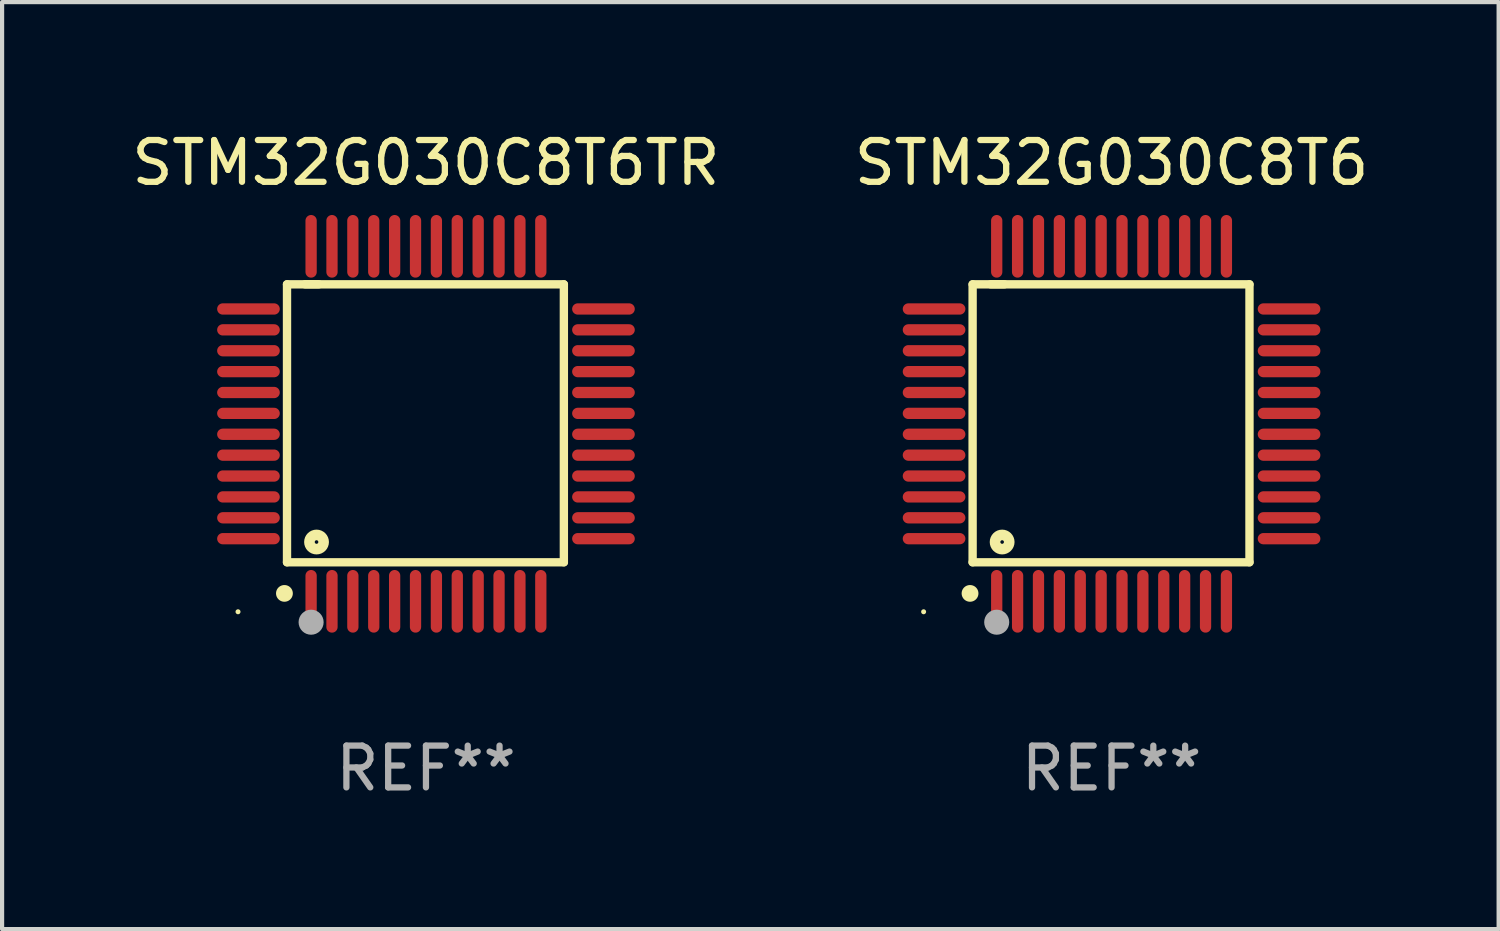
<source format=kicad_pcb>
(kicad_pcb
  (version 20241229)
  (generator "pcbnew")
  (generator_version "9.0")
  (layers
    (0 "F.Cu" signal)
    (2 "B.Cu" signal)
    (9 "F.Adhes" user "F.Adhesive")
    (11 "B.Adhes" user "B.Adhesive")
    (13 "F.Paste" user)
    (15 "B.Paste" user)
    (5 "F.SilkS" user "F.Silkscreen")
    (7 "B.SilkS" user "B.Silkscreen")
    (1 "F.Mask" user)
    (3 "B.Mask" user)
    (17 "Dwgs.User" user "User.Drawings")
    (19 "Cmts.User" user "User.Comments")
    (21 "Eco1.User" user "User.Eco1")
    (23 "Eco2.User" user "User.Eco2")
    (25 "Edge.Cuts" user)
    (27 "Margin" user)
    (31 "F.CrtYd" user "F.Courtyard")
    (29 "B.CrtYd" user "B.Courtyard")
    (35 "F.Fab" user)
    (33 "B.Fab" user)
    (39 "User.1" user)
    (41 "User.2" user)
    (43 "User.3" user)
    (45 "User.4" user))
  (footprint "STM32G030C8T6TR"
    (layer "F.Cu")
    (at 7.149 7.098)
    (property "Reference" "STM32G030C8T6TR" (at 0 -6.25 0) (layer "F.SilkS") (effects (font (size 1 1) (thickness 0.15))))
    (attr through_hole)
    (fp_line (start -3.327 -3.34) (end -2.565 -3.34) (stroke (width 0.2) (type solid)) (layer "F.SilkS"))
    (fp_line (start -3.327 3.315) (end -3.327 -3.34) (stroke (width 0.2) (type solid)) (layer "F.SilkS"))
    (fp_line (start -2.896 -3.34) (end 3.302 -3.34) (stroke (width 0.2) (type solid)) (layer "F.SilkS"))
    (fp_line (start 3.302 -3.34) (end 3.302 3.315) (stroke (width 0.2) (type solid)) (layer "F.SilkS"))
    (fp_line (start 3.302 3.315) (end -3.327 3.315) (stroke (width 0.2) (type solid)) (layer "F.SilkS"))
    (fp_arc (start -3.389992 4.059995) (mid -3.388722 4.059991) (end -3.387452 4.059995) (stroke (width 0.4) (type solid)) (layer "F.SilkS"))
    (fp_circle (center -4.5 4.5) (end -4.47 4.5) (stroke (width 0.06) (type solid)) (fill no) (layer "F.SilkS"))
    (fp_circle (center -2.62 2.83) (end -2.45 2.83) (stroke (width 0.254) (type solid)) (fill no) (layer "F.SilkS"))
    (fp_circle (center -2.75 4.75) (end -2.6 4.75) (stroke (width 0.3) (type solid)) (fill no) (layer "F.Fab"))
    (fp_text user "REF**" (at 0 8.25 0) (layer "F.Fab") (effects (font (size 1 1) (thickness 0.15))))
    (pad "1" smd oval (at -2.75 4.25) (size 0.27 1.5) (layers "F.Cu" "F.Mask" "F.Paste"))
    (pad "2" smd oval (at -2.25 4.25) (size 0.27 1.5) (layers "F.Cu" "F.Mask" "F.Paste"))
    (pad "3" smd oval (at -1.75 4.25) (size 0.27 1.5) (layers "F.Cu" "F.Mask" "F.Paste"))
    (pad "4" smd oval (at -1.25 4.25) (size 0.27 1.5) (layers "F.Cu" "F.Mask" "F.Paste"))
    (pad "5" smd oval (at -0.75 4.25) (size 0.27 1.5) (layers "F.Cu" "F.Mask" "F.Paste"))
    (pad "6" smd oval (at -0.25 4.25) (size 0.27 1.5) (layers "F.Cu" "F.Mask" "F.Paste"))
    (pad "7" smd oval (at 0.25 4.25) (size 0.27 1.5) (layers "F.Cu" "F.Mask" "F.Paste"))
    (pad "8" smd oval (at 0.75 4.25) (size 0.27 1.5) (layers "F.Cu" "F.Mask" "F.Paste"))
    (pad "9" smd oval (at 1.25 4.25) (size 0.27 1.5) (layers "F.Cu" "F.Mask" "F.Paste"))
    (pad "10" smd oval (at 1.75 4.25) (size 0.27 1.5) (layers "F.Cu" "F.Mask" "F.Paste"))
    (pad "11" smd oval (at 2.25 4.25) (size 0.27 1.5) (layers "F.Cu" "F.Mask" "F.Paste"))
    (pad "12" smd oval (at 2.75 4.25) (size 0.27 1.5) (layers "F.Cu" "F.Mask" "F.Paste"))
    (pad "13" smd oval (at 4.25 2.75) (size 1.5 0.27) (layers "F.Cu" "F.Mask" "F.Paste"))
    (pad "14" smd oval (at 4.25 2.25) (size 1.5 0.27) (layers "F.Cu" "F.Mask" "F.Paste"))
    (pad "15" smd oval (at 4.25 1.75) (size 1.5 0.27) (layers "F.Cu" "F.Mask" "F.Paste"))
    (pad "16" smd oval (at 4.25 1.25) (size 1.5 0.27) (layers "F.Cu" "F.Mask" "F.Paste"))
    (pad "17" smd oval (at 4.25 0.75) (size 1.5 0.27) (layers "F.Cu" "F.Mask" "F.Paste"))
    (pad "18" smd oval (at 4.25 0.25) (size 1.5 0.27) (layers "F.Cu" "F.Mask" "F.Paste"))
    (pad "19" smd oval (at 4.25 -0.25) (size 1.5 0.27) (layers "F.Cu" "F.Mask" "F.Paste"))
    (pad "20" smd oval (at 4.25 -0.75) (size 1.5 0.27) (layers "F.Cu" "F.Mask" "F.Paste"))
    (pad "21" smd oval (at 4.25 -1.25) (size 1.5 0.27) (layers "F.Cu" "F.Mask" "F.Paste"))
    (pad "22" smd oval (at 4.25 -1.75) (size 1.5 0.27) (layers "F.Cu" "F.Mask" "F.Paste"))
    (pad "23" smd oval (at 4.25 -2.25) (size 1.5 0.27) (layers "F.Cu" "F.Mask" "F.Paste"))
    (pad "24" smd oval (at 4.25 -2.75) (size 1.5 0.27) (layers "F.Cu" "F.Mask" "F.Paste"))
    (pad "25" smd oval (at 2.75 -4.25) (size 0.27 1.5) (layers "F.Cu" "F.Mask" "F.Paste"))
    (pad "26" smd oval (at 2.25 -4.25) (size 0.27 1.5) (layers "F.Cu" "F.Mask" "F.Paste"))
    (pad "27" smd oval (at 1.75 -4.25) (size 0.27 1.5) (layers "F.Cu" "F.Mask" "F.Paste"))
    (pad "28" smd oval (at 1.25 -4.25) (size 0.27 1.5) (layers "F.Cu" "F.Mask" "F.Paste"))
    (pad "29" smd oval (at 0.75 -4.25) (size 0.27 1.5) (layers "F.Cu" "F.Mask" "F.Paste"))
    (pad "30" smd oval (at 0.25 -4.25) (size 0.27 1.5) (layers "F.Cu" "F.Mask" "F.Paste"))
    (pad "31" smd oval (at -0.25 -4.25) (size 0.27 1.5) (layers "F.Cu" "F.Mask" "F.Paste"))
    (pad "32" smd oval (at -0.75 -4.25) (size 0.27 1.5) (layers "F.Cu" "F.Mask" "F.Paste"))
    (pad "33" smd oval (at -1.25 -4.25) (size 0.27 1.5) (layers "F.Cu" "F.Mask" "F.Paste"))
    (pad "34" smd oval (at -1.75 -4.25) (size 0.27 1.5) (layers "F.Cu" "F.Mask" "F.Paste"))
    (pad "35" smd oval (at -2.25 -4.25) (size 0.27 1.5) (layers "F.Cu" "F.Mask" "F.Paste"))
    (pad "36" smd oval (at -2.75 -4.25) (size 0.27 1.5) (layers "F.Cu" "F.Mask" "F.Paste"))
    (pad "37" smd oval (at -4.25 -2.75) (size 1.5 0.27) (layers "F.Cu" "F.Mask" "F.Paste"))
    (pad "38" smd oval (at -4.25 -2.25) (size 1.5 0.27) (layers "F.Cu" "F.Mask" "F.Paste"))
    (pad "39" smd oval (at -4.25 -1.75) (size 1.5 0.27) (layers "F.Cu" "F.Mask" "F.Paste"))
    (pad "40" smd oval (at -4.25 -1.25) (size 1.5 0.27) (layers "F.Cu" "F.Mask" "F.Paste"))
    (pad "41" smd oval (at -4.25 -0.75) (size 1.5 0.27) (layers "F.Cu" "F.Mask" "F.Paste"))
    (pad "42" smd oval (at -4.25 -0.25) (size 1.5 0.27) (layers "F.Cu" "F.Mask" "F.Paste"))
    (pad "43" smd oval (at -4.25 0.25) (size 1.5 0.27) (layers "F.Cu" "F.Mask" "F.Paste"))
    (pad "44" smd oval (at -4.25 0.75) (size 1.5 0.27) (layers "F.Cu" "F.Mask" "F.Paste"))
    (pad "45" smd oval (at -4.25 1.25) (size 1.5 0.27) (layers "F.Cu" "F.Mask" "F.Paste"))
    (pad "46" smd oval (at -4.25 1.75) (size 1.5 0.27) (layers "F.Cu" "F.Mask" "F.Paste"))
    (pad "47" smd oval (at -4.25 2.25) (size 1.5 0.27) (layers "F.Cu" "F.Mask" "F.Paste"))
    (pad "48" smd oval (at -4.25 2.75) (size 1.5 0.27) (layers "F.Cu" "F.Mask" "F.Paste")))
  (footprint "STM32G030C8T6"
    (layer "F.Cu")
    (at 23.565 7.098)
    (property "Reference" "STM32G030C8T6" (at 0 -6.25 0) (layer "F.SilkS") (effects (font (size 1 1) (thickness 0.15))))
    (attr through_hole)
    (fp_line (start -3.327 -3.34) (end -2.565 -3.34) (stroke (width 0.2) (type solid)) (layer "F.SilkS"))
    (fp_line (start -3.327 3.315) (end -3.327 -3.34) (stroke (width 0.2) (type solid)) (layer "F.SilkS"))
    (fp_line (start -2.896 -3.34) (end 3.302 -3.34) (stroke (width 0.2) (type solid)) (layer "F.SilkS"))
    (fp_line (start 3.302 -3.34) (end 3.302 3.315) (stroke (width 0.2) (type solid)) (layer "F.SilkS"))
    (fp_line (start 3.302 3.315) (end -3.327 3.315) (stroke (width 0.2) (type solid)) (layer "F.SilkS"))
    (fp_arc (start -3.389992 4.059995) (mid -3.388722 4.059991) (end -3.387452 4.059995) (stroke (width 0.4) (type solid)) (layer "F.SilkS"))
    (fp_circle (center -4.5 4.5) (end -4.47 4.5) (stroke (width 0.06) (type solid)) (fill no) (layer "F.SilkS"))
    (fp_circle (center -2.62 2.83) (end -2.45 2.83) (stroke (width 0.254) (type solid)) (fill no) (layer "F.SilkS"))
    (fp_circle (center -2.75 4.75) (end -2.6 4.75) (stroke (width 0.3) (type solid)) (fill no) (layer "F.Fab"))
    (fp_text user "REF**" (at 0 8.25 0) (layer "F.Fab") (effects (font (size 1 1) (thickness 0.15))))
    (pad "1" smd oval (at -2.75 4.25) (size 0.27 1.5) (layers "F.Cu" "F.Mask" "F.Paste"))
    (pad "2" smd oval (at -2.25 4.25) (size 0.27 1.5) (layers "F.Cu" "F.Mask" "F.Paste"))
    (pad "3" smd oval (at -1.75 4.25) (size 0.27 1.5) (layers "F.Cu" "F.Mask" "F.Paste"))
    (pad "4" smd oval (at -1.25 4.25) (size 0.27 1.5) (layers "F.Cu" "F.Mask" "F.Paste"))
    (pad "5" smd oval (at -0.75 4.25) (size 0.27 1.5) (layers "F.Cu" "F.Mask" "F.Paste"))
    (pad "6" smd oval (at -0.25 4.25) (size 0.27 1.5) (layers "F.Cu" "F.Mask" "F.Paste"))
    (pad "7" smd oval (at 0.25 4.25) (size 0.27 1.5) (layers "F.Cu" "F.Mask" "F.Paste"))
    (pad "8" smd oval (at 0.75 4.25) (size 0.27 1.5) (layers "F.Cu" "F.Mask" "F.Paste"))
    (pad "9" smd oval (at 1.25 4.25) (size 0.27 1.5) (layers "F.Cu" "F.Mask" "F.Paste"))
    (pad "10" smd oval (at 1.75 4.25) (size 0.27 1.5) (layers "F.Cu" "F.Mask" "F.Paste"))
    (pad "11" smd oval (at 2.25 4.25) (size 0.27 1.5) (layers "F.Cu" "F.Mask" "F.Paste"))
    (pad "12" smd oval (at 2.75 4.25) (size 0.27 1.5) (layers "F.Cu" "F.Mask" "F.Paste"))
    (pad "13" smd oval (at 4.25 2.75) (size 1.5 0.27) (layers "F.Cu" "F.Mask" "F.Paste"))
    (pad "14" smd oval (at 4.25 2.25) (size 1.5 0.27) (layers "F.Cu" "F.Mask" "F.Paste"))
    (pad "15" smd oval (at 4.25 1.75) (size 1.5 0.27) (layers "F.Cu" "F.Mask" "F.Paste"))
    (pad "16" smd oval (at 4.25 1.25) (size 1.5 0.27) (layers "F.Cu" "F.Mask" "F.Paste"))
    (pad "17" smd oval (at 4.25 0.75) (size 1.5 0.27) (layers "F.Cu" "F.Mask" "F.Paste"))
    (pad "18" smd oval (at 4.25 0.25) (size 1.5 0.27) (layers "F.Cu" "F.Mask" "F.Paste"))
    (pad "19" smd oval (at 4.25 -0.25) (size 1.5 0.27) (layers "F.Cu" "F.Mask" "F.Paste"))
    (pad "20" smd oval (at 4.25 -0.75) (size 1.5 0.27) (layers "F.Cu" "F.Mask" "F.Paste"))
    (pad "21" smd oval (at 4.25 -1.25) (size 1.5 0.27) (layers "F.Cu" "F.Mask" "F.Paste"))
    (pad "22" smd oval (at 4.25 -1.75) (size 1.5 0.27) (layers "F.Cu" "F.Mask" "F.Paste"))
    (pad "23" smd oval (at 4.25 -2.25) (size 1.5 0.27) (layers "F.Cu" "F.Mask" "F.Paste"))
    (pad "24" smd oval (at 4.25 -2.75) (size 1.5 0.27) (layers "F.Cu" "F.Mask" "F.Paste"))
    (pad "25" smd oval (at 2.75 -4.25) (size 0.27 1.5) (layers "F.Cu" "F.Mask" "F.Paste"))
    (pad "26" smd oval (at 2.25 -4.25) (size 0.27 1.5) (layers "F.Cu" "F.Mask" "F.Paste"))
    (pad "27" smd oval (at 1.75 -4.25) (size 0.27 1.5) (layers "F.Cu" "F.Mask" "F.Paste"))
    (pad "28" smd oval (at 1.25 -4.25) (size 0.27 1.5) (layers "F.Cu" "F.Mask" "F.Paste"))
    (pad "29" smd oval (at 0.75 -4.25) (size 0.27 1.5) (layers "F.Cu" "F.Mask" "F.Paste"))
    (pad "30" smd oval (at 0.25 -4.25) (size 0.27 1.5) (layers "F.Cu" "F.Mask" "F.Paste"))
    (pad "31" smd oval (at -0.25 -4.25) (size 0.27 1.5) (layers "F.Cu" "F.Mask" "F.Paste"))
    (pad "32" smd oval (at -0.75 -4.25) (size 0.27 1.5) (layers "F.Cu" "F.Mask" "F.Paste"))
    (pad "33" smd oval (at -1.25 -4.25) (size 0.27 1.5) (layers "F.Cu" "F.Mask" "F.Paste"))
    (pad "34" smd oval (at -1.75 -4.25) (size 0.27 1.5) (layers "F.Cu" "F.Mask" "F.Paste"))
    (pad "35" smd oval (at -2.25 -4.25) (size 0.27 1.5) (layers "F.Cu" "F.Mask" "F.Paste"))
    (pad "36" smd oval (at -2.75 -4.25) (size 0.27 1.5) (layers "F.Cu" "F.Mask" "F.Paste"))
    (pad "37" smd oval (at -4.25 -2.75) (size 1.5 0.27) (layers "F.Cu" "F.Mask" "F.Paste"))
    (pad "38" smd oval (at -4.25 -2.25) (size 1.5 0.27) (layers "F.Cu" "F.Mask" "F.Paste"))
    (pad "39" smd oval (at -4.25 -1.75) (size 1.5 0.27) (layers "F.Cu" "F.Mask" "F.Paste"))
    (pad "40" smd oval (at -4.25 -1.25) (size 1.5 0.27) (layers "F.Cu" "F.Mask" "F.Paste"))
    (pad "41" smd oval (at -4.25 -0.75) (size 1.5 0.27) (layers "F.Cu" "F.Mask" "F.Paste"))
    (pad "42" smd oval (at -4.25 -0.25) (size 1.5 0.27) (layers "F.Cu" "F.Mask" "F.Paste"))
    (pad "43" smd oval (at -4.25 0.25) (size 1.5 0.27) (layers "F.Cu" "F.Mask" "F.Paste"))
    (pad "44" smd oval (at -4.25 0.75) (size 1.5 0.27) (layers "F.Cu" "F.Mask" "F.Paste"))
    (pad "45" smd oval (at -4.25 1.25) (size 1.5 0.27) (layers "F.Cu" "F.Mask" "F.Paste"))
    (pad "46" smd oval (at -4.25 1.75) (size 1.5 0.27) (layers "F.Cu" "F.Mask" "F.Paste"))
    (pad "47" smd oval (at -4.25 2.25) (size 1.5 0.27) (layers "F.Cu" "F.Mask" "F.Paste"))
    (pad "48" smd oval (at -4.25 2.75) (size 1.5 0.27) (layers "F.Cu" "F.Mask" "F.Paste")))
  (gr_rect
    (start -3 -3)
    (end 32.833 19.196)
    (stroke (width 0.1) (type default))
    (fill no)
    (layer "Edge.Cuts")))
</source>
